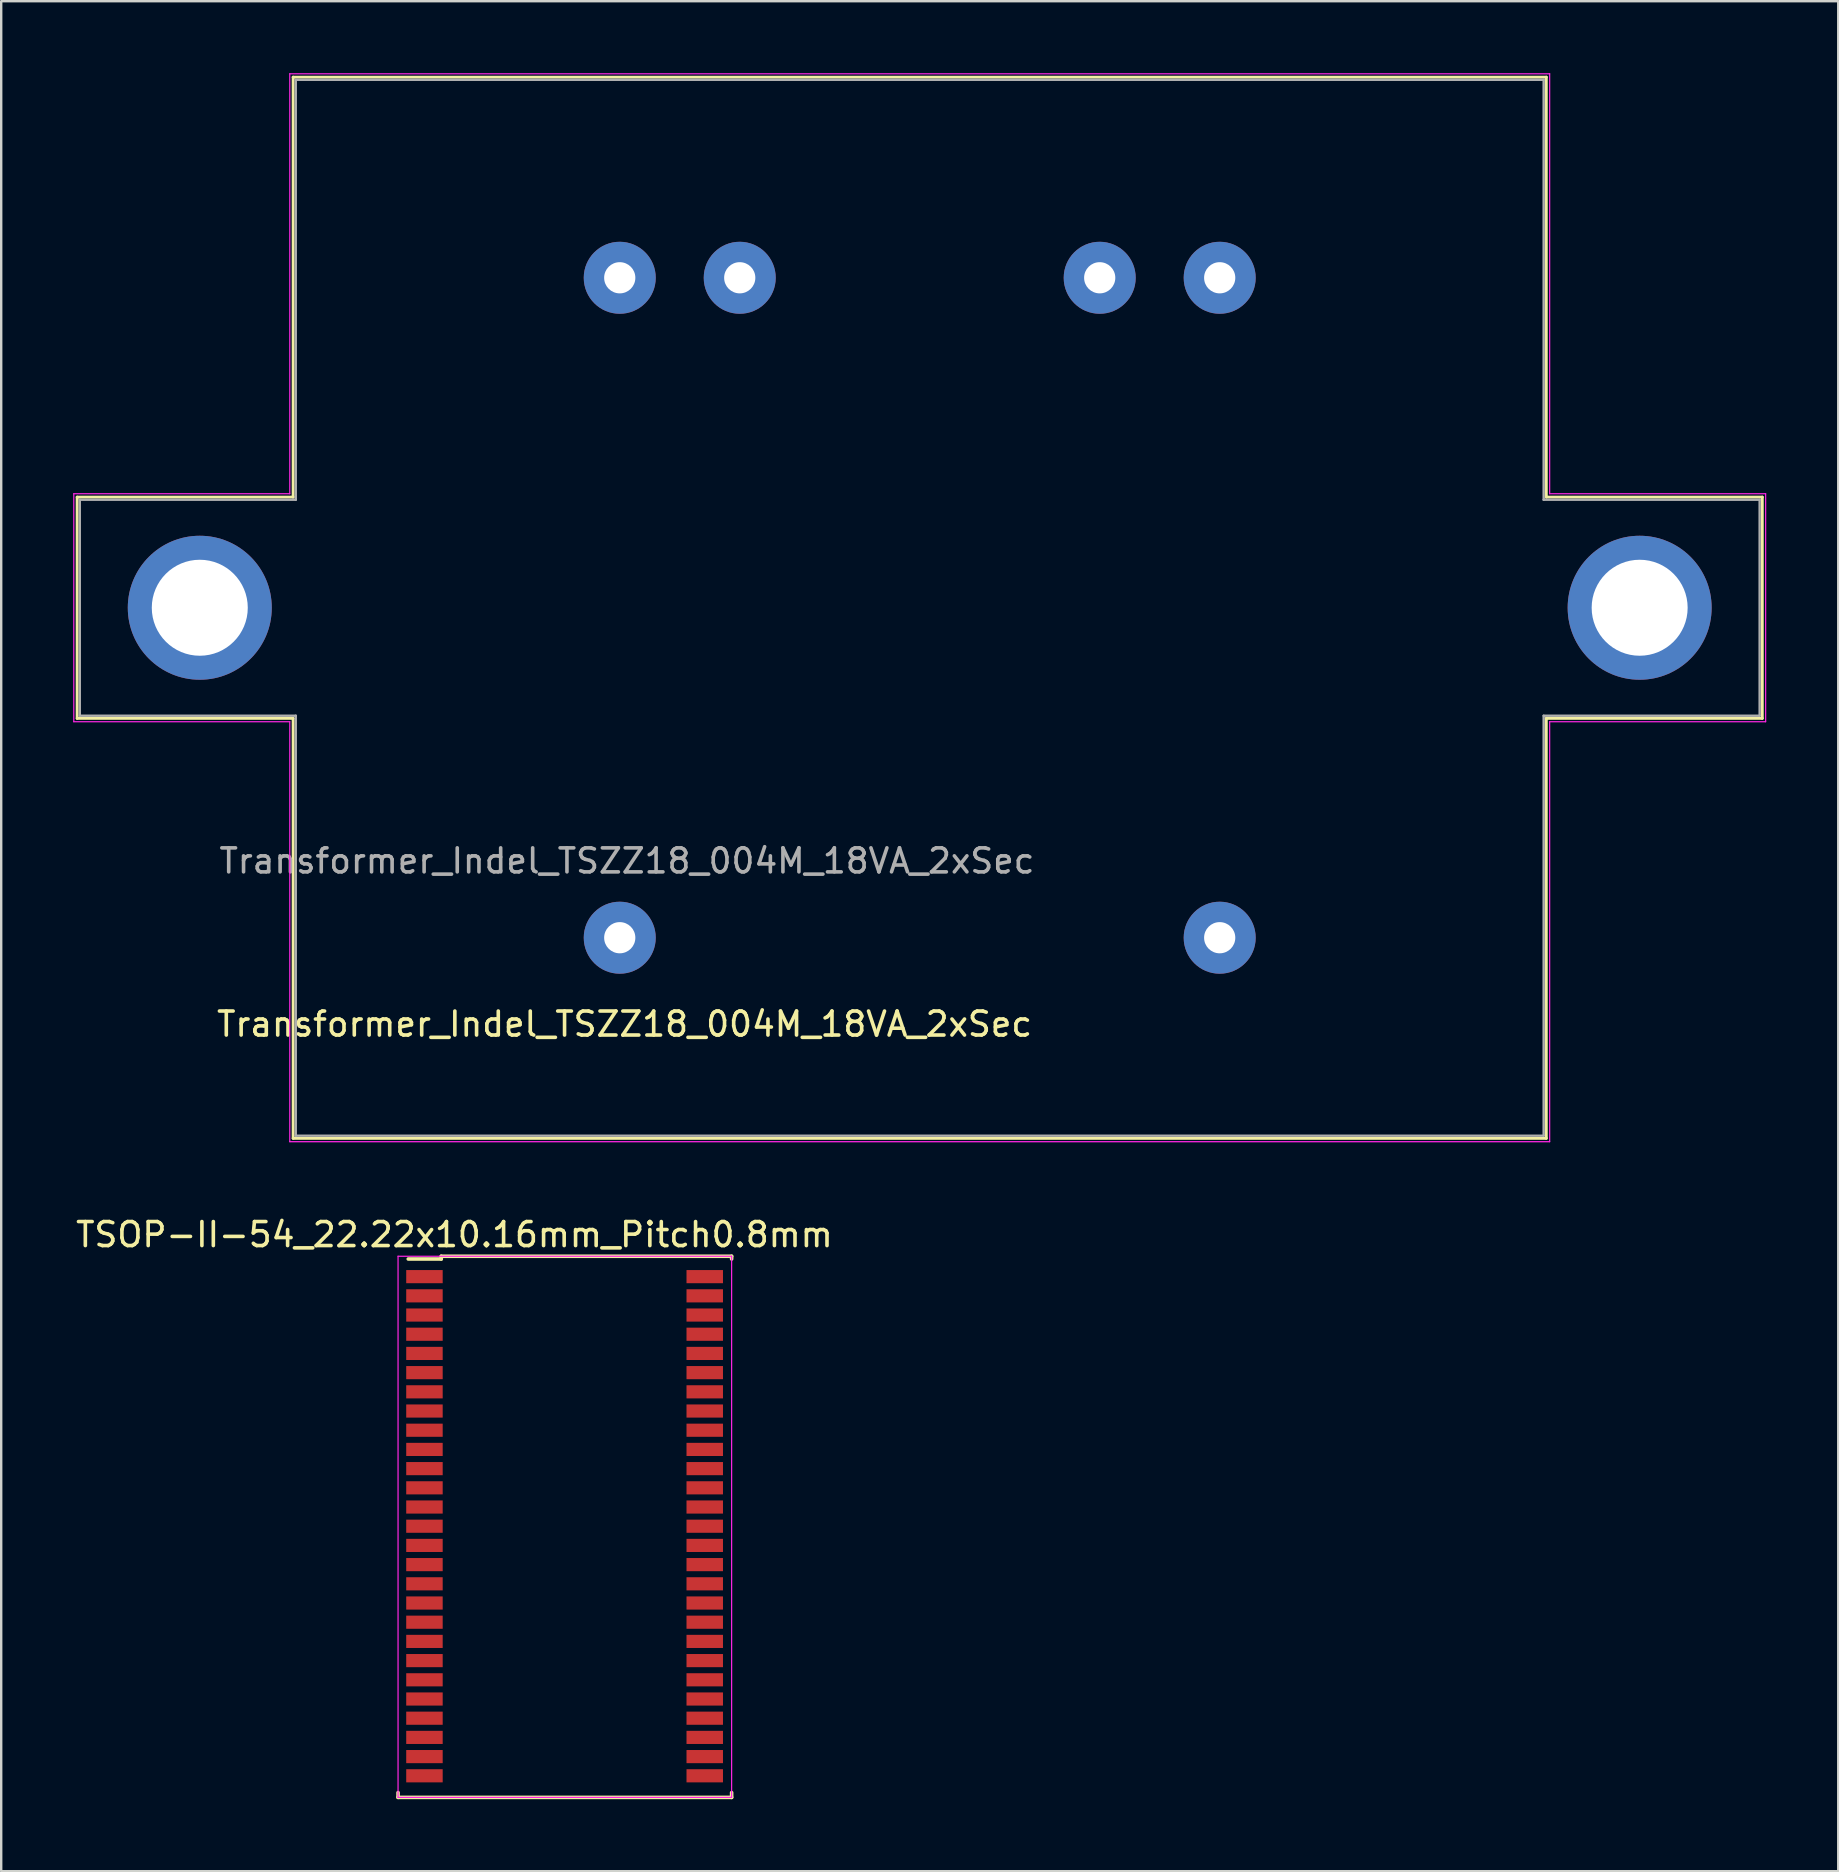
<source format=kicad_pcb>
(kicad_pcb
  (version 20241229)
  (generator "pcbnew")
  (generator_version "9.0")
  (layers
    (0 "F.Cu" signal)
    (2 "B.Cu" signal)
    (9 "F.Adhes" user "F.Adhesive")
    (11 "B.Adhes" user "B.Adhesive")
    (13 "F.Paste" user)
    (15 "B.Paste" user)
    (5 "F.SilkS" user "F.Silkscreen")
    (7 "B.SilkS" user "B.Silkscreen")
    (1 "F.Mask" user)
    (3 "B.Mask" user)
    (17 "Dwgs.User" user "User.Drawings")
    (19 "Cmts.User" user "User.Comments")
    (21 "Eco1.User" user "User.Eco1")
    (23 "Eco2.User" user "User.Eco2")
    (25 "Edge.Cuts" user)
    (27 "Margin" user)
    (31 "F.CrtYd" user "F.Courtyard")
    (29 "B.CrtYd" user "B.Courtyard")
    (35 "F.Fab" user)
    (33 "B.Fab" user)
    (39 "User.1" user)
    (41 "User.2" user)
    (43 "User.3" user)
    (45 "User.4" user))
  (footprint "TSOP-II-54_22.22x10.16mm_Pitch0.8mm"
    (layer "F.Cu")
    (at 20.437 60.948)
    (property "Reference" "TSOP-II-54_22.22x10.16mm_Pitch0.8mm" (at -4.55 -12.55 0) (layer "F.SilkS") (effects (font (size 1 1) (thickness 0.15))))
    (attr smd)
    (fp_line (start -6.9 10.9) (end -6.9 10.7) (stroke (width 0.15) (type solid)) (layer "F.SilkS"))
    (fp_line (start -6.9 10.9) (end 7 10.9) (stroke (width 0.15) (type solid)) (layer "F.SilkS"))
    (fp_line (start -5.1 -11.65) (end -5.1 -11.535) (stroke (width 0.15) (type solid)) (layer "F.SilkS"))
    (fp_line (start -5.1 -11.65) (end 7 -11.65) (stroke (width 0.15) (type solid)) (layer "F.SilkS"))
    (fp_line (start -5.1 -11.535) (end -6.475 -11.535) (stroke (width 0.15) (type solid)) (layer "F.SilkS"))
    (fp_line (start 7 -11.65) (end 7 -11.535) (stroke (width 0.15) (type solid)) (layer "F.SilkS"))
    (fp_line (start 7 10.9) (end 7 10.7) (stroke (width 0.15) (type solid)) (layer "F.SilkS"))
    (fp_line (start -6.9 -11.65) (end -6.9 10.9) (stroke (width 0.05) (type solid)) (layer "F.CrtYd"))
    (fp_line (start -6.9 -11.65) (end 7 -11.65) (stroke (width 0.05) (type solid)) (layer "F.CrtYd"))
    (fp_line (start -6.9 10.9) (end 7 10.9) (stroke (width 0.05) (type solid)) (layer "F.CrtYd"))
    (fp_line (start 7 -11.65) (end 7 10.9) (stroke (width 0.05) (type solid)) (layer "F.CrtYd"))
    (pad "1" smd rect (at -5.8 -10.8) (size 1.52 0.548) (layers "F.Cu" "F.Mask" "F.Paste"))
    (pad "2" smd rect (at -5.8 -10) (size 1.52 0.548) (layers "F.Cu" "F.Mask" "F.Paste"))
    (pad "3" smd rect (at -5.8 -9.2) (size 1.52 0.548) (layers "F.Cu" "F.Mask" "F.Paste"))
    (pad "4" smd rect (at -5.8 -8.4) (size 1.52 0.548) (layers "F.Cu" "F.Mask" "F.Paste"))
    (pad "5" smd rect (at -5.8 -7.6) (size 1.52 0.548) (layers "F.Cu" "F.Mask" "F.Paste"))
    (pad "6" smd rect (at -5.8 -6.8) (size 1.52 0.548) (layers "F.Cu" "F.Mask" "F.Paste"))
    (pad "7" smd rect (at -5.8 -6) (size 1.52 0.548) (layers "F.Cu" "F.Mask" "F.Paste"))
    (pad "8" smd rect (at -5.8 -5.2) (size 1.52 0.548) (layers "F.Cu" "F.Mask" "F.Paste"))
    (pad "9" smd rect (at -5.8 -4.4) (size 1.52 0.548) (layers "F.Cu" "F.Mask" "F.Paste"))
    (pad "10" smd rect (at -5.8 -3.6) (size 1.52 0.548) (layers "F.Cu" "F.Mask" "F.Paste"))
    (pad "11" smd rect (at -5.8 -2.8) (size 1.52 0.548) (layers "F.Cu" "F.Mask" "F.Paste"))
    (pad "12" smd rect (at -5.8 -2) (size 1.52 0.548) (layers "F.Cu" "F.Mask" "F.Paste"))
    (pad "13" smd rect (at -5.8 -1.2) (size 1.52 0.548) (layers "F.Cu" "F.Mask" "F.Paste"))
    (pad "14" smd rect (at -5.8 -0.4) (size 1.52 0.548) (layers "F.Cu" "F.Mask" "F.Paste"))
    (pad "15" smd rect (at -5.8 0.4) (size 1.52 0.548) (layers "F.Cu" "F.Mask" "F.Paste"))
    (pad "16" smd rect (at -5.8 1.2) (size 1.52 0.548) (layers "F.Cu" "F.Mask" "F.Paste"))
    (pad "17" smd rect (at -5.8 2) (size 1.52 0.548) (layers "F.Cu" "F.Mask" "F.Paste"))
    (pad "18" smd rect (at -5.8 2.8) (size 1.52 0.548) (layers "F.Cu" "F.Mask" "F.Paste"))
    (pad "19" smd rect (at -5.8 3.6) (size 1.52 0.548) (layers "F.Cu" "F.Mask" "F.Paste"))
    (pad "20" smd rect (at -5.8 4.4) (size 1.52 0.548) (layers "F.Cu" "F.Mask" "F.Paste"))
    (pad "21" smd rect (at -5.8 5.2) (size 1.52 0.548) (layers "F.Cu" "F.Mask" "F.Paste"))
    (pad "22" smd rect (at -5.8 6) (size 1.52 0.548) (layers "F.Cu" "F.Mask" "F.Paste"))
    (pad "23" smd rect (at -5.8 6.8) (size 1.52 0.548) (layers "F.Cu" "F.Mask" "F.Paste"))
    (pad "24" smd rect (at -5.8 7.6) (size 1.52 0.548) (layers "F.Cu" "F.Mask" "F.Paste"))
    (pad "25" smd rect (at -5.8 8.4) (size 1.52 0.548) (layers "F.Cu" "F.Mask" "F.Paste"))
    (pad "26" smd rect (at -5.8 9.2) (size 1.52 0.548) (layers "F.Cu" "F.Mask" "F.Paste"))
    (pad "27" smd rect (at -5.8 10) (size 1.52 0.548) (layers "F.Cu" "F.Mask" "F.Paste"))
    (pad "28" smd rect (at 5.88 10) (size 1.52 0.548) (layers "F.Cu" "F.Mask" "F.Paste"))
    (pad "29" smd rect (at 5.88 9.2) (size 1.52 0.548) (layers "F.Cu" "F.Mask" "F.Paste"))
    (pad "30" smd rect (at 5.88 8.4) (size 1.52 0.548) (layers "F.Cu" "F.Mask" "F.Paste"))
    (pad "31" smd rect (at 5.88 7.6) (size 1.52 0.548) (layers "F.Cu" "F.Mask" "F.Paste"))
    (pad "32" smd rect (at 5.88 6.8) (size 1.52 0.548) (layers "F.Cu" "F.Mask" "F.Paste"))
    (pad "33" smd rect (at 5.88 6) (size 1.52 0.548) (layers "F.Cu" "F.Mask" "F.Paste"))
    (pad "34" smd rect (at 5.88 5.2) (size 1.52 0.548) (layers "F.Cu" "F.Mask" "F.Paste"))
    (pad "35" smd rect (at 5.88 4.4) (size 1.52 0.548) (layers "F.Cu" "F.Mask" "F.Paste"))
    (pad "36" smd rect (at 5.88 3.6) (size 1.52 0.548) (layers "F.Cu" "F.Mask" "F.Paste"))
    (pad "37" smd rect (at 5.88 2.8) (size 1.52 0.548) (layers "F.Cu" "F.Mask" "F.Paste"))
    (pad "38" smd rect (at 5.88 2) (size 1.52 0.548) (layers "F.Cu" "F.Mask" "F.Paste"))
    (pad "39" smd rect (at 5.88 1.2) (size 1.52 0.548) (layers "F.Cu" "F.Mask" "F.Paste"))
    (pad "40" smd rect (at 5.88 0.4) (size 1.52 0.548) (layers "F.Cu" "F.Mask" "F.Paste"))
    (pad "41" smd rect (at 5.88 -0.4) (size 1.52 0.548) (layers "F.Cu" "F.Mask" "F.Paste"))
    (pad "42" smd rect (at 5.88 -1.2) (size 1.52 0.548) (layers "F.Cu" "F.Mask" "F.Paste"))
    (pad "43" smd rect (at 5.88 -2) (size 1.52 0.548) (layers "F.Cu" "F.Mask" "F.Paste"))
    (pad "44" smd rect (at 5.88 -2.8) (size 1.52 0.548) (layers "F.Cu" "F.Mask" "F.Paste"))
    (pad "45" smd rect (at 5.88 -3.6) (size 1.52 0.548) (layers "F.Cu" "F.Mask" "F.Paste"))
    (pad "46" smd rect (at 5.88 -4.4) (size 1.52 0.548) (layers "F.Cu" "F.Mask" "F.Paste"))
    (pad "47" smd rect (at 5.88 -5.2) (size 1.52 0.548) (layers "F.Cu" "F.Mask" "F.Paste"))
    (pad "48" smd rect (at 5.88 -6) (size 1.52 0.548) (layers "F.Cu" "F.Mask" "F.Paste"))
    (pad "49" smd rect (at 5.88 -6.8) (size 1.52 0.548) (layers "F.Cu" "F.Mask" "F.Paste"))
    (pad "50" smd rect (at 5.88 -7.6) (size 1.52 0.548) (layers "F.Cu" "F.Mask" "F.Paste"))
    (pad "51" smd rect (at 5.88 -8.4) (size 1.52 0.548) (layers "F.Cu" "F.Mask" "F.Paste"))
    (pad "52" smd rect (at 5.88 -9.2) (size 1.52 0.548) (layers "F.Cu" "F.Mask" "F.Paste"))
    (pad "53" smd rect (at 5.88 -10) (size 1.52 0.548) (layers "F.Cu" "F.Mask" "F.Paste"))
    (pad "54" smd rect (at 5.88 -10.8) (size 1.52 0.548) (layers "F.Cu" "F.Mask" "F.Paste")))
  (footprint "Transformer_Indel_TSZZ18_004M_18VA_2xSec"
    (layer "F.Cu")
    (at 22.775 36.025)
    (property "Reference" "Transformer_Indel_TSZZ18_004M_18VA_2xSec" (at 0.2 3.6 0) (unlocked yes) (layer "F.SilkS") (effects (font (size 1 1) (thickness 0.15))))
    (attr through_hole)
    (fp_line (start -22.61 -18.36) (end -22.61 -9.14) (stroke (width 0.12) (type solid)) (layer "F.SilkS"))
    (fp_line (start -22.61 -18.36) (end -13.61 -18.36) (stroke (width 0.12) (type solid)) (layer "F.SilkS"))
    (fp_line (start -22.61 -9.14) (end -13.61 -9.14) (stroke (width 0.12) (type solid)) (layer "F.SilkS"))
    (fp_line (start -13.61 -35.86) (end -13.61 -18.36) (stroke (width 0.12) (type solid)) (layer "F.SilkS"))
    (fp_line (start -13.61 -35.86) (end 38.61 -35.86) (stroke (width 0.12) (type solid)) (layer "F.SilkS"))
    (fp_line (start -13.61 -9.14) (end -13.61 8.36) (stroke (width 0.12) (type solid)) (layer "F.SilkS"))
    (fp_line (start -13.61 8.36) (end 38.61 8.36) (stroke (width 0.12) (type solid)) (layer "F.SilkS"))
    (fp_line (start 38.61 -18.36) (end 38.61 -35.86) (stroke (width 0.12) (type solid)) (layer "F.SilkS"))
    (fp_line (start 38.61 -9.14) (end 38.61 8.36) (stroke (width 0.12) (type solid)) (layer "F.SilkS"))
    (fp_line (start 47.61 -18.36) (end 38.61 -18.36) (stroke (width 0.12) (type solid)) (layer "F.SilkS"))
    (fp_line (start 47.61 -18.36) (end 47.61 -9.14) (stroke (width 0.12) (type solid)) (layer "F.SilkS"))
    (fp_line (start 47.61 -9.14) (end 38.61 -9.14) (stroke (width 0.12) (type solid)) (layer "F.SilkS"))
    (fp_line (start -22.75 -18.5) (end -22.75 -9) (stroke (width 0.05) (type solid)) (layer "F.CrtYd"))
    (fp_line (start -22.75 -18.5) (end -13.75 -18.5) (stroke (width 0.05) (type solid)) (layer "F.CrtYd"))
    (fp_line (start -22.75 -9) (end -13.75 -9) (stroke (width 0.05) (type solid)) (layer "F.CrtYd"))
    (fp_line (start -13.75 -36) (end -13.75 -18.5) (stroke (width 0.05) (type solid)) (layer "F.CrtYd"))
    (fp_line (start -13.75 -36) (end 38.75 -36) (stroke (width 0.05) (type solid)) (layer "F.CrtYd"))
    (fp_line (start -13.75 -9) (end -13.75 8.5) (stroke (width 0.05) (type solid)) (layer "F.CrtYd"))
    (fp_line (start -13.75 8.5) (end 38.75 8.5) (stroke (width 0.05) (type solid)) (layer "F.CrtYd"))
    (fp_line (start 38.75 -18.5) (end 38.75 -36) (stroke (width 0.05) (type solid)) (layer "F.CrtYd"))
    (fp_line (start 38.75 -9) (end 38.75 8.5) (stroke (width 0.05) (type solid)) (layer "F.CrtYd"))
    (fp_line (start 47.75 -18.5) (end 38.75 -18.5) (stroke (width 0.05) (type solid)) (layer "F.CrtYd"))
    (fp_line (start 47.75 -18.5) (end 47.75 -9) (stroke (width 0.05) (type solid)) (layer "F.CrtYd"))
    (fp_line (start 47.75 -9) (end 38.75 -9) (stroke (width 0.05) (type solid)) (layer "F.CrtYd"))
    (fp_line (start -22.5 -18.25) (end -22.5 -9.25) (stroke (width 0.1) (type solid)) (layer "F.Fab"))
    (fp_line (start -22.5 -18.25) (end -13.5 -18.25) (stroke (width 0.1) (type solid)) (layer "F.Fab"))
    (fp_line (start -22.5 -9.25) (end -13.5 -9.25) (stroke (width 0.1) (type solid)) (layer "F.Fab"))
    (fp_line (start -13.5 -35.75) (end -13.5 -18.25) (stroke (width 0.1) (type solid)) (layer "F.Fab"))
    (fp_line (start -13.5 -35.75) (end 38.5 -35.75) (stroke (width 0.1) (type solid)) (layer "F.Fab"))
    (fp_line (start -13.5 -9.25) (end -13.5 8.25) (stroke (width 0.1) (type solid)) (layer "F.Fab"))
    (fp_line (start -13.5 8.25) (end 38.5 8.25) (stroke (width 0.1) (type solid)) (layer "F.Fab"))
    (fp_line (start 38.5 -18.25) (end 38.5 -35.75) (stroke (width 0.1) (type solid)) (layer "F.Fab"))
    (fp_line (start 38.5 -9.25) (end 38.5 8.25) (stroke (width 0.1) (type solid)) (layer "F.Fab"))
    (fp_line (start 47.5 -18.25) (end 38.5 -18.25) (stroke (width 0.1) (type solid)) (layer "F.Fab"))
    (fp_line (start 47.5 -18.25) (end 47.5 -9.25) (stroke (width 0.1) (type solid)) (layer "F.Fab"))
    (fp_line (start 47.5 -9.25) (end 38.5 -9.25) (stroke (width 0.1) (type solid)) (layer "F.Fab"))
    (fp_text user "${REFERENCE}" (at 0.3 -3.2 0) (unlocked yes) (layer "F.Fab") (effects (font (size 1 1) (thickness 0.15))))
    (pad "" np_thru_hole circle (at -17.5 -13.75) (size 6 6) (drill 4) (layers "*.Cu" "*.Mask"))
    (pad "" np_thru_hole circle (at 42.5 -13.75) (size 6 6) (drill 4) (layers "*.Cu" "*.Mask"))
    (pad "1" thru_hole circle (at 0 0) (size 3 3) (drill 1.3) (layers "*.Cu" "*.Mask"))
    (pad "6" thru_hole circle (at 25 0) (size 3 3) (drill 1.3) (layers "*.Cu" "*.Mask"))
    (pad "7" thru_hole circle (at 25 -27.5) (size 3 3) (drill 1.3) (layers "*.Cu" "*.Mask"))
    (pad "8" thru_hole circle (at 20 -27.5) (size 3 3) (drill 1.3) (layers "*.Cu" "*.Mask"))
    (pad "11" thru_hole circle (at 5 -27.5) (size 3 3) (drill 1.3) (layers "*.Cu" "*.Mask"))
    (pad "12" thru_hole circle (at 0 -27.5) (size 3 3) (drill 1.3) (layers "*.Cu" "*.Mask")))
  (gr_rect
    (start -3 -3)
    (end 73.55 74.923)
    (stroke (width 0.1) (type default))
    (fill no)
    (layer "Edge.Cuts")))
</source>
